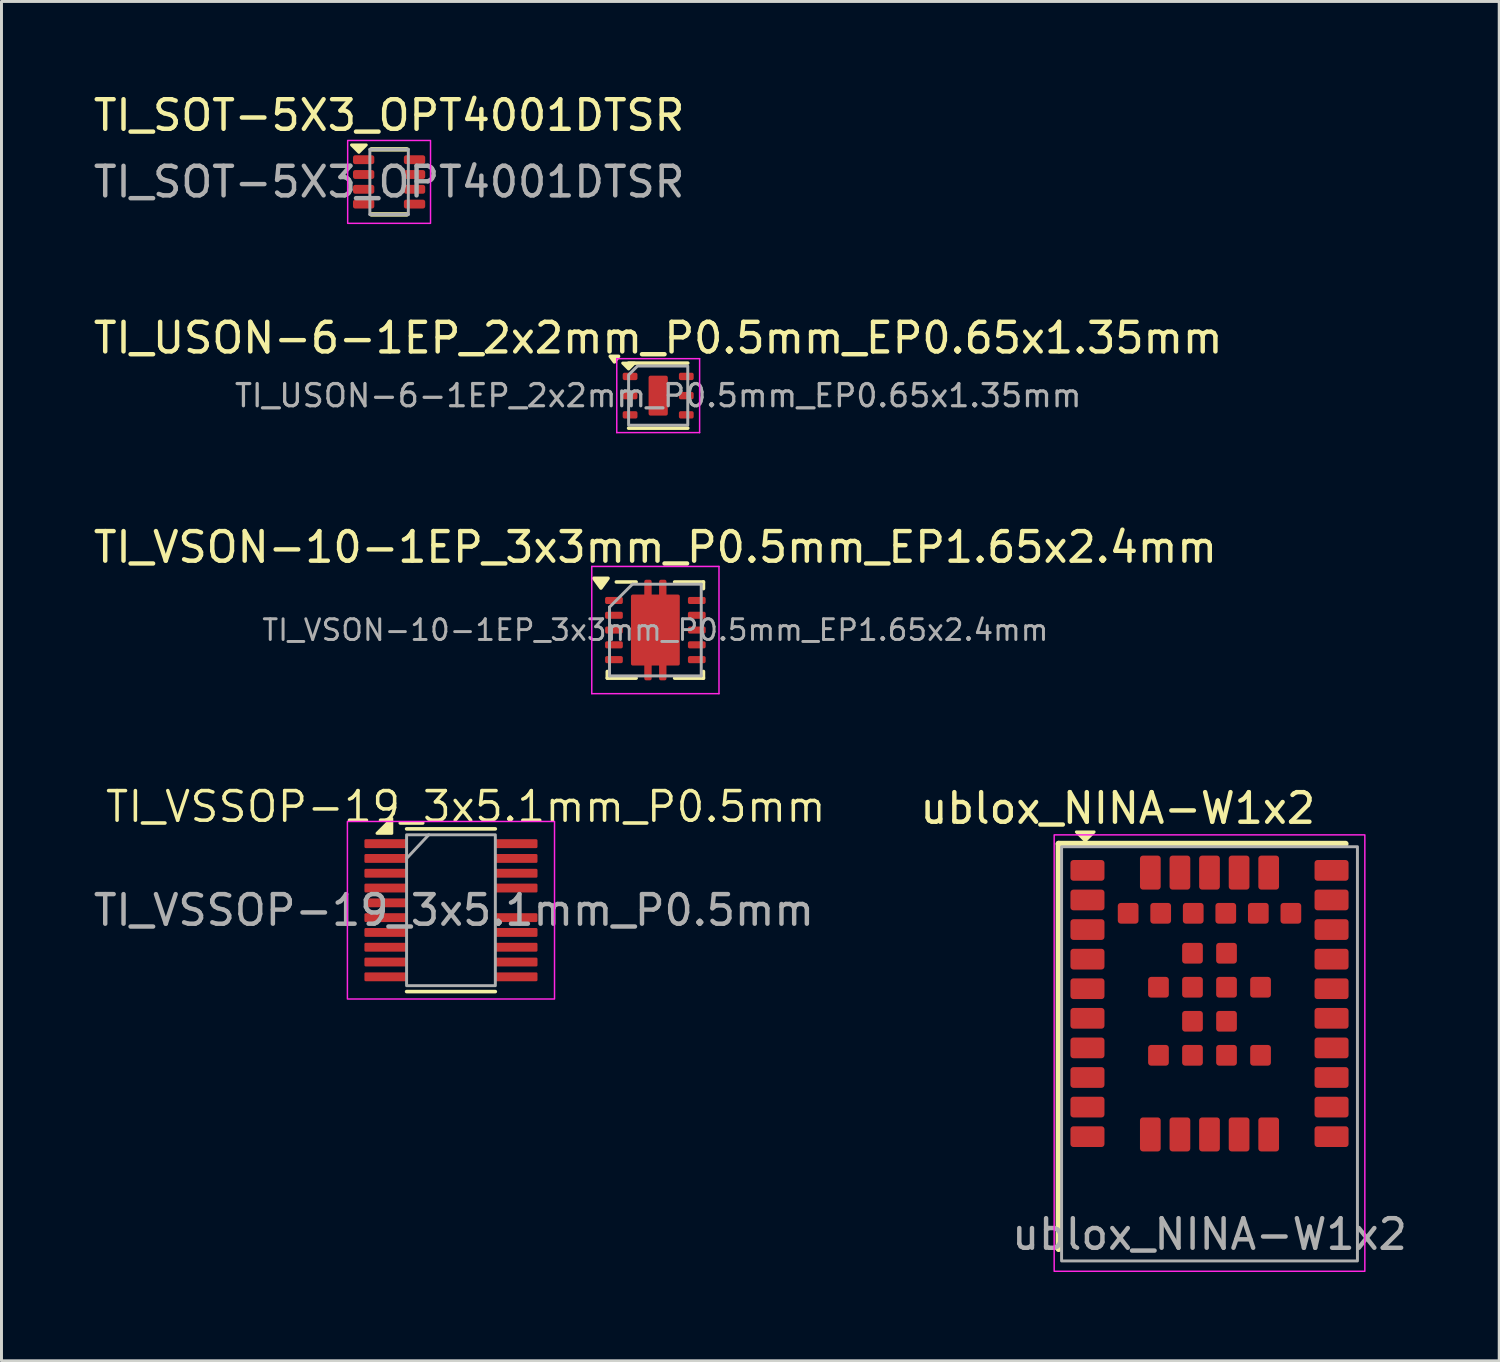
<source format=kicad_pcb>
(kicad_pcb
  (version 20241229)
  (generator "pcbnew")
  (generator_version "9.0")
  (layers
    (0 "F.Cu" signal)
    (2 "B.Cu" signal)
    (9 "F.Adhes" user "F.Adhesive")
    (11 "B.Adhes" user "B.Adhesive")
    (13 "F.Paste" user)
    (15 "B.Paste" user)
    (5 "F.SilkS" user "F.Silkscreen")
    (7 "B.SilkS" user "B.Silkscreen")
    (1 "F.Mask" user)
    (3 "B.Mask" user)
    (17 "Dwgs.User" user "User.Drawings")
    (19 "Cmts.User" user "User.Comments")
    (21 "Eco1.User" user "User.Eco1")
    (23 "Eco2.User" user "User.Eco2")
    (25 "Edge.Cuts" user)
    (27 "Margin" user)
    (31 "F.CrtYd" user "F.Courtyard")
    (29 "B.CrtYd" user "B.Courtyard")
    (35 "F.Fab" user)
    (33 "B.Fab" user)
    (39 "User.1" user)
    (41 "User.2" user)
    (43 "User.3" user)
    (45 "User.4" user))
  (footprint "TI_USON-6-1EP_2x2mm_P0.5mm_EP0.65x1.35mm"
    (layer "F.Cu")
    (at 19.196 10.322)
    (property "Reference" "TI_USON-6-1EP_2x2mm_P0.5mm_EP0.65x1.35mm" (at 0 -1.95 0) (layer "F.SilkS") (effects (font (size 1 1) (thickness 0.15))))
    (attr smd)
    (fp_line (start -1 -1.1) (end 1 -1.1) (stroke (width 0.12) (type solid)) (layer "F.SilkS"))
    (fp_line (start 1 1.1) (end -1 1.1) (stroke (width 0.12) (type solid)) (layer "F.SilkS"))
    (fp_poly (pts (xy -1.48 -1.14) (xy -1.62 -1.33) (xy -1.34 -1.33)) (stroke (width 0.12) (type solid)) (fill yes) (layer "F.SilkS"))
    (fp_poly (pts (xy -0.8 -1.1) (xy -1 -0.9) (xy -1.2 -1.1)) (stroke (width 0.1) (type solid)) (fill yes) (layer "F.SilkS"))
    (fp_line (start -1.4 -1.25) (end 1.4 -1.25) (stroke (width 0.05) (type solid)) (layer "F.CrtYd"))
    (fp_line (start -1.4 1.25) (end -1.4 -1.25) (stroke (width 0.05) (type solid)) (layer "F.CrtYd"))
    (fp_line (start 1.4 -1.25) (end 1.4 1.25) (stroke (width 0.05) (type solid)) (layer "F.CrtYd"))
    (fp_line (start 1.4 1.25) (end -1.4 1.25) (stroke (width 0.05) (type solid)) (layer "F.CrtYd"))
    (fp_poly (pts (xy -1 -0.7) (xy -1 1) (xy 1 1) (xy 1 -1) (xy -0.7 -1)) (stroke (width 0.1) (type solid)) (fill no) (layer "F.Fab"))
    (fp_text user "${REFERENCE}" (at 0 0 0) (layer "F.Fab") (effects (font (size 0.75 0.75) (thickness 0.11))))
    (pad "" smd roundrect (at 0 0) (size 0.62 1.25) (layers "F.Paste") (roundrect_rratio 0.25))
    (pad "1" smd roundrect (at -0.95 -0.65) (size 0.5 0.25) (layers "F.Cu" "F.Mask" "F.Paste") (roundrect_rratio 0.25))
    (pad "2" smd roundrect (at -0.95 0) (size 0.5 0.25) (layers "F.Cu" "F.Mask" "F.Paste") (roundrect_rratio 0.25))
    (pad "3" smd roundrect (at -0.95 0.65) (size 0.5 0.25) (layers "F.Cu" "F.Mask" "F.Paste") (roundrect_rratio 0.25))
    (pad "4" smd roundrect (at 0.95 0.65) (size 0.5 0.25) (layers "F.Cu" "F.Mask" "F.Paste") (roundrect_rratio 0.25))
    (pad "5" smd roundrect (at 0.95 0) (size 0.5 0.25) (layers "F.Cu" "F.Mask" "F.Paste") (roundrect_rratio 0.25))
    (pad "6" smd roundrect (at 0.95 -0.65) (size 0.5 0.25) (layers "F.Cu" "F.Mask" "F.Paste") (roundrect_rratio 0.25))
    (pad "7" smd roundrect (at 0 0) (size 0.65 1.35) (property pad_prop_heatsink) (layers "F.Cu" "F.Mask") (roundrect_rratio 0.1)))
  (footprint "TI_SOT-5X3_OPT4001DTSR"
    (layer "F.Cu")
    (at 10.101 3.098)
    (property "Reference" "TI_SOT-5X3_OPT4001DTSR" (at 0 -2.25 0) (unlocked yes) (layer "F.SilkS") (effects (font (size 1 1) (thickness 0.15))))
    (attr smd)
    (fp_line (start -0.6 -1.1) (end 0.6 -1.1) (stroke (width 0.15) (type solid)) (layer "F.SilkS"))
    (fp_line (start -0.6 1.1) (end 0.6 1.1) (stroke (width 0.15) (type solid)) (layer "F.SilkS"))
    (fp_poly (pts (xy -0.771 -1.25) (xy -1.021 -1) (xy -1.271 -1.25)) (stroke (width 0.1) (type solid)) (fill yes) (layer "F.SilkS"))
    (fp_rect (start -1.4 -1.4) (end 1.4 1.4) (stroke (width 0.05) (type default)) (fill no) (layer "F.CrtYd"))
    (fp_line (start -0.65 -1.1) (end 0.65 -1.1) (stroke (width 0.1) (type solid)) (layer "F.Fab"))
    (fp_line (start -0.65 1.1) (end -0.65 -1.1) (stroke (width 0.1) (type solid)) (layer "F.Fab"))
    (fp_line (start -0.65 1.1) (end 0.65 1.1) (stroke (width 0.1) (type solid)) (layer "F.Fab"))
    (fp_line (start 0.65 1.1) (end 0.65 -1.1) (stroke (width 0.1) (type solid)) (layer "F.Fab"))
    (fp_text user "${REFERENCE}" (at 0 0 0) (unlocked yes) (layer "F.Fab") (effects (font (size 1 1) (thickness 0.15))))
    (pad "1" smd roundrect (at -0.86 -0.75) (size 0.72 0.3) (layers "F.Cu" "F.Mask" "F.Paste") (roundrect_rratio 0.25))
    (pad "2" smd roundrect (at -0.86 -0.25) (size 0.72 0.3) (layers "F.Cu" "F.Mask" "F.Paste") (roundrect_rratio 0.25))
    (pad "3" smd roundrect (at -0.86 0.25) (size 0.72 0.3) (layers "F.Cu" "F.Mask" "F.Paste") (roundrect_rratio 0.25))
    (pad "4" smd roundrect (at -0.86 0.75) (size 0.72 0.3) (layers "F.Cu" "F.Mask" "F.Paste") (roundrect_rratio 0.25))
    (pad "5" smd roundrect (at 0.86 0.75) (size 0.72 0.3) (layers "F.Cu" "F.Mask" "F.Paste") (roundrect_rratio 0.25))
    (pad "6" smd roundrect (at 0.86 0.25) (size 0.72 0.3) (layers "F.Cu" "F.Mask" "F.Paste") (roundrect_rratio 0.25))
    (pad "7" smd roundrect (at 0.86 -0.25) (size 0.72 0.3) (layers "F.Cu" "F.Mask" "F.Paste") (roundrect_rratio 0.25))
    (pad "8" smd roundrect (at 0.86 -0.75) (size 0.72 0.3) (layers "F.Cu" "F.Mask" "F.Paste") (roundrect_rratio 0.25)))
  (footprint "TI_VSON-10-1EP_3x3mm_P0.5mm_EP1.65x2.4mm"
    (layer "F.Cu")
    (at 19.101 18.245)
    (property "Reference" "TI_VSON-10-1EP_3x3mm_P0.5mm_EP1.65x2.4mm" (at 0 -2.8 0) (layer "F.SilkS") (effects (font (size 1 1) (thickness 0.15))))
    (attr smd)
    (fp_line (start -1.625 1.625) (end -1.625 1.4) (stroke (width 0.12) (type solid)) (layer "F.SilkS"))
    (fp_line (start -1.625 1.625) (end -0.65 1.625) (stroke (width 0.12) (type solid)) (layer "F.SilkS"))
    (fp_line (start -1.32 -1.625) (end -0.65 -1.625) (stroke (width 0.12) (type solid)) (layer "F.SilkS"))
    (fp_line (start 0.65 -1.625) (end 1.625 -1.625) (stroke (width 0.12) (type solid)) (layer "F.SilkS"))
    (fp_line (start 0.65 1.625) (end 1.625 1.625) (stroke (width 0.12) (type solid)) (layer "F.SilkS"))
    (fp_line (start 1.625 -1.4) (end 1.625 -1.625) (stroke (width 0.12) (type solid)) (layer "F.SilkS"))
    (fp_line (start 1.625 1.4) (end 1.625 1.625) (stroke (width 0.12) (type solid)) (layer "F.SilkS"))
    (fp_poly (pts (xy -1.84 -1.42) (xy -2.08 -1.75) (xy -1.6 -1.75) (xy -1.84 -1.42)) (stroke (width 0.12) (type solid)) (fill yes) (layer "F.SilkS"))
    (fp_rect (start -0.75 -0.15) (end -0.15 -1.15) (stroke (width 0.05) (type solid)) (fill yes) (layer "F.Paste"))
    (fp_rect (start -0.75 1.15) (end -0.15 0.15) (stroke (width 0.05) (type solid)) (fill yes) (layer "F.Paste"))
    (fp_rect (start -0.35 -1.35) (end -0.15 -1.65) (stroke (width 0.05) (type solid)) (fill yes) (layer "F.Paste"))
    (fp_rect (start -0.35 1.65) (end -0.15 1.35) (stroke (width 0.05) (type solid)) (fill yes) (layer "F.Paste"))
    (fp_rect (start 0.15 -1.35) (end 0.35 -1.65) (stroke (width 0.05) (type solid)) (fill yes) (layer "F.Paste"))
    (fp_rect (start 0.15 -0.15) (end 0.75 -1.15) (stroke (width 0.05) (type solid)) (fill yes) (layer "F.Paste"))
    (fp_rect (start 0.15 1.15) (end 0.75 0.15) (stroke (width 0.05) (type solid)) (fill yes) (layer "F.Paste"))
    (fp_rect (start 0.15 1.65) (end 0.35 1.35) (stroke (width 0.05) (type solid)) (fill yes) (layer "F.Paste"))
    (fp_line (start -2.15 -2.15) (end -2.15 2.15) (stroke (width 0.05) (type solid)) (layer "F.CrtYd"))
    (fp_line (start -2.15 -2.15) (end 2.15 -2.15) (stroke (width 0.05) (type solid)) (layer "F.CrtYd"))
    (fp_line (start -2.15 2.15) (end 2.15 2.15) (stroke (width 0.05) (type solid)) (layer "F.CrtYd"))
    (fp_line (start 2.15 -2.15) (end 2.15 2.15) (stroke (width 0.05) (type solid)) (layer "F.CrtYd"))
    (fp_line (start -1.55 1.55) (end -1.55 -0.775) (stroke (width 0.1) (type solid)) (layer "F.Fab"))
    (fp_line (start -0.775 -1.55) (end -1.55 -0.775) (stroke (width 0.1) (type solid)) (layer "F.Fab"))
    (fp_line (start -0.775 -1.55) (end 1.55 -1.55) (stroke (width 0.1) (type solid)) (layer "F.Fab"))
    (fp_line (start 1.55 -1.55) (end 1.55 1.55) (stroke (width 0.1) (type solid)) (layer "F.Fab"))
    (fp_line (start 1.55 1.55) (end -1.55 1.55) (stroke (width 0.1) (type solid)) (layer "F.Fab"))
    (fp_text user "${REFERENCE}" (at 0 0 0) (layer "F.Fab") (effects (font (size 0.7 0.7) (thickness 0.1))))
    (pad "1" smd roundrect (at -1.4 -1) (size 0.6 0.24) (layers "F.Cu" "F.Mask" "F.Paste") (roundrect_rratio 0.25))
    (pad "2" smd roundrect (at -1.4 -0.5) (size 0.6 0.24) (layers "F.Cu" "F.Mask" "F.Paste") (roundrect_rratio 0.25))
    (pad "3" smd roundrect (at -1.4 0) (size 0.6 0.24) (layers "F.Cu" "F.Mask" "F.Paste") (roundrect_rratio 0.25))
    (pad "4" smd roundrect (at -1.4 0.5) (size 0.6 0.24) (layers "F.Cu" "F.Mask" "F.Paste") (roundrect_rratio 0.25))
    (pad "5" smd roundrect (at -1.4 1) (size 0.6 0.24) (layers "F.Cu" "F.Mask" "F.Paste") (roundrect_rratio 0.25))
    (pad "6" smd roundrect (at 1.4 1) (size 0.6 0.24) (layers "F.Cu" "F.Mask" "F.Paste") (roundrect_rratio 0.25))
    (pad "7" smd roundrect (at 1.4 0.5) (size 0.6 0.24) (layers "F.Cu" "F.Mask" "F.Paste") (roundrect_rratio 0.25))
    (pad "8" smd roundrect (at 1.4 0) (size 0.6 0.24) (layers "F.Cu" "F.Mask" "F.Paste") (roundrect_rratio 0.25))
    (pad "9" smd roundrect (at 1.4 -0.5) (size 0.6 0.24) (layers "F.Cu" "F.Mask" "F.Paste") (roundrect_rratio 0.25))
    (pad "10" smd roundrect (at 1.4 -1) (size 0.6 0.24) (layers "F.Cu" "F.Mask" "F.Paste") (roundrect_rratio 0.25))
    (pad "11" smd roundrect (at -0.25 -1.4) (size 0.25 0.6) (layers "F.Cu" "F.Mask") (roundrect_rratio 0.25))
    (pad "11" smd roundrect (at -0.25 1.4) (size 0.25 0.6) (layers "F.Cu" "F.Mask") (roundrect_rratio 0.25))
    (pad "11" smd roundrect (at 0 0) (size 1.65 2.4) (layers "F.Cu" "F.Mask") (roundrect_rratio 0.036))
    (pad "11" smd roundrect (at 0.25 -1.4) (size 0.25 0.6) (layers "F.Cu" "F.Mask") (roundrect_rratio 0.25))
    (pad "11" smd roundrect (at 0.25 1.4) (size 0.25 0.6) (layers "F.Cu" "F.Mask") (roundrect_rratio 0.25)))
  (footprint "ublox_NINA-W1x2"
    (layer "F.Cu")
    (at 37.83 36.168)
    (property "Reference" "ublox_NINA-W1x2" (at -3.1 -11.9 0) (unlocked yes) (layer "F.SilkS") (effects (font (size 1 1) (thickness 0.15))))
    (attr smd)
    (fp_line (start -5.1 -10.7) (end 4.6 -10.7) (stroke (width 0.2) (type default)) (layer "F.SilkS"))
    (fp_line (start -5.1 3) (end -5.1 -10.7) (stroke (width 0.2) (type default)) (layer "F.SilkS"))
    (fp_poly (pts (xy -4.2 -10.8) (xy -4.5 -11.1) (xy -3.9 -11.1)) (stroke (width 0.1) (type solid)) (fill yes) (layer "F.SilkS"))
    (fp_rect (start -5.25 -11) (end 5.25 3.75) (stroke (width 0.05) (type default)) (fill no) (layer "F.CrtYd"))
    (fp_rect (start -5 3.4) (end 5 -10.6) (stroke (width 0.1) (type solid)) (fill no) (layer "F.Fab"))
    (fp_text user "${REFERENCE}" (at 0 2.5 0) (unlocked yes) (layer "F.Fab") (effects (font (size 1 1) (thickness 0.15))))
    (pad "1" smd roundrect (at -4.125 -9.8) (size 1.15 0.7) (layers "F.Cu" "F.Mask" "F.Paste") (roundrect_rratio 0.143))
    (pad "2" smd roundrect (at -4.125 -8.8) (size 1.15 0.7) (layers "F.Cu" "F.Mask" "F.Paste") (roundrect_rratio 0.143))
    (pad "3" smd roundrect (at -4.125 -7.8) (size 1.15 0.7) (layers "F.Cu" "F.Mask" "F.Paste") (roundrect_rratio 0.143))
    (pad "4" smd roundrect (at -4.125 -6.8) (size 1.15 0.7) (layers "F.Cu" "F.Mask" "F.Paste") (roundrect_rratio 0.143))
    (pad "5" smd roundrect (at -4.125 -5.8) (size 1.15 0.7) (layers "F.Cu" "F.Mask" "F.Paste") (roundrect_rratio 0.143))
    (pad "6" smd roundrect (at -4.125 -4.8) (size 1.15 0.7) (layers "F.Cu" "F.Mask" "F.Paste") (roundrect_rratio 0.143))
    (pad "7" smd roundrect (at -4.125 -3.8) (size 1.15 0.7) (layers "F.Cu" "F.Mask" "F.Paste") (roundrect_rratio 0.143))
    (pad "8" smd roundrect (at -4.125 -2.8) (size 1.15 0.7) (layers "F.Cu" "F.Mask" "F.Paste") (roundrect_rratio 0.143))
    (pad "9" smd roundrect (at -4.125 -1.8) (size 1.15 0.7) (layers "F.Cu" "F.Mask" "F.Paste") (roundrect_rratio 0.143))
    (pad "10" smd roundrect (at -4.125 -0.8) (size 1.15 0.7) (layers "F.Cu" "F.Mask" "F.Paste") (roundrect_rratio 0.143))
    (pad "11" smd roundrect (at -2 -0.875 90) (size 1.15 0.7) (layers "F.Cu" "F.Mask" "F.Paste") (roundrect_rratio 0.143))
    (pad "12" smd roundrect (at -1 -0.875 90) (size 1.15 0.7) (layers "F.Cu" "F.Mask" "F.Paste") (roundrect_rratio 0.143))
    (pad "13" smd roundrect (at 0 -0.875 90) (size 1.15 0.7) (layers "F.Cu" "F.Mask" "F.Paste") (roundrect_rratio 0.143))
    (pad "14" smd roundrect (at 1 -0.875 90) (size 1.15 0.7) (layers "F.Cu" "F.Mask" "F.Paste") (roundrect_rratio 0.143))
    (pad "15" smd roundrect (at 2 -0.875 90) (size 1.15 0.7) (layers "F.Cu" "F.Mask" "F.Paste") (roundrect_rratio 0.143))
    (pad "16" smd roundrect (at 4.125 -0.8) (size 1.15 0.7) (layers "F.Cu" "F.Mask" "F.Paste") (roundrect_rratio 0.143))
    (pad "17" smd roundrect (at 4.125 -1.8) (size 1.15 0.7) (layers "F.Cu" "F.Mask" "F.Paste") (roundrect_rratio 0.143))
    (pad "18" smd roundrect (at 4.125 -2.8) (size 1.15 0.7) (layers "F.Cu" "F.Mask" "F.Paste") (roundrect_rratio 0.143))
    (pad "19" smd roundrect (at 4.125 -3.8) (size 1.15 0.7) (layers "F.Cu" "F.Mask" "F.Paste") (roundrect_rratio 0.143))
    (pad "20" smd roundrect (at 4.125 -4.8) (size 1.15 0.7) (layers "F.Cu" "F.Mask" "F.Paste") (roundrect_rratio 0.143))
    (pad "21" smd roundrect (at 4.125 -5.8) (size 1.15 0.7) (layers "F.Cu" "F.Mask" "F.Paste") (roundrect_rratio 0.143))
    (pad "22" smd roundrect (at 4.125 -6.8) (size 1.15 0.7) (layers "F.Cu" "F.Mask" "F.Paste") (roundrect_rratio 0.143))
    (pad "23" smd roundrect (at 4.125 -7.8) (size 1.15 0.7) (layers "F.Cu" "F.Mask" "F.Paste") (roundrect_rratio 0.143))
    (pad "24" smd roundrect (at 4.125 -8.8) (size 1.15 0.7) (layers "F.Cu" "F.Mask" "F.Paste") (roundrect_rratio 0.143))
    (pad "25" smd roundrect (at 4.125 -9.8) (size 1.15 0.7) (layers "F.Cu" "F.Mask" "F.Paste") (roundrect_rratio 0.143))
    (pad "26" smd roundrect (at 2 -9.725 90) (size 1.15 0.7) (layers "F.Cu" "F.Mask" "F.Paste") (roundrect_rratio 0.143))
    (pad "27" smd roundrect (at 1 -9.725 90) (size 1.15 0.7) (layers "F.Cu" "F.Mask" "F.Paste") (roundrect_rratio 0.143))
    (pad "28" smd roundrect (at 0 -9.725 90) (size 1.15 0.7) (layers "F.Cu" "F.Mask" "F.Paste") (roundrect_rratio 0.143))
    (pad "29" smd roundrect (at -1 -9.725 90) (size 1.15 0.7) (layers "F.Cu" "F.Mask" "F.Paste") (roundrect_rratio 0.143))
    (pad "30" smd roundrect (at -2 -9.725 90) (size 1.15 0.7) (layers "F.Cu" "F.Mask" "F.Paste") (roundrect_rratio 0.143))
    (pad "31" smd roundrect (at -2.75 -8.35) (size 0.7 0.7) (layers "F.Cu" "F.Mask" "F.Paste") (roundrect_rratio 0.143))
    (pad "32" smd roundrect (at -1.65 -8.35) (size 0.7 0.7) (layers "F.Cu" "F.Mask" "F.Paste") (roundrect_rratio 0.143))
    (pad "33" smd roundrect (at -0.55 -8.35) (size 0.7 0.7) (layers "F.Cu" "F.Mask" "F.Paste") (roundrect_rratio 0.143))
    (pad "34" smd roundrect (at 0.55 -8.35) (size 0.7 0.7) (layers "F.Cu" "F.Mask" "F.Paste") (roundrect_rratio 0.143))
    (pad "35" smd roundrect (at 1.65 -8.35) (size 0.7 0.7) (layers "F.Cu" "F.Mask" "F.Paste") (roundrect_rratio 0.143))
    (pad "36" smd roundrect (at 2.75 -8.35) (size 0.7 0.7) (layers "F.Cu" "F.Mask" "F.Paste") (roundrect_rratio 0.143))
    (pad "37" smd roundrect (at -1.725 -5.85) (size 0.7 0.7) (layers "F.Cu" "F.Mask" "F.Paste") (roundrect_rratio 0.143))
    (pad "37" smd roundrect (at -1.725 -3.55) (size 0.7 0.7) (layers "F.Cu" "F.Mask" "F.Paste") (roundrect_rratio 0.143))
    (pad "37" smd roundrect (at -0.575 -7) (size 0.7 0.7) (layers "F.Cu" "F.Mask" "F.Paste") (roundrect_rratio 0.143))
    (pad "37" smd roundrect (at -0.575 -5.85) (size 0.7 0.7) (layers "F.Cu" "F.Mask" "F.Paste") (roundrect_rratio 0.143))
    (pad "37" smd roundrect (at -0.575 -4.7) (size 0.7 0.7) (layers "F.Cu" "F.Mask" "F.Paste") (roundrect_rratio 0.143))
    (pad "37" smd roundrect (at -0.575 -3.55) (size 0.7 0.7) (layers "F.Cu" "F.Mask" "F.Paste") (roundrect_rratio 0.143))
    (pad "37" smd roundrect (at 0.575 -7) (size 0.7 0.7) (layers "F.Cu" "F.Mask" "F.Paste") (roundrect_rratio 0.143))
    (pad "37" smd roundrect (at 0.575 -5.85) (size 0.7 0.7) (layers "F.Cu" "F.Mask" "F.Paste") (roundrect_rratio 0.143))
    (pad "37" smd roundrect (at 0.575 -4.7) (size 0.7 0.7) (layers "F.Cu" "F.Mask" "F.Paste") (roundrect_rratio 0.143))
    (pad "37" smd roundrect (at 0.575 -3.55) (size 0.7 0.7) (layers "F.Cu" "F.Mask" "F.Paste") (roundrect_rratio 0.143))
    (pad "37" smd roundrect (at 1.725 -5.85) (size 0.7 0.7) (layers "F.Cu" "F.Mask" "F.Paste") (roundrect_rratio 0.143))
    (pad "37" smd roundrect (at 1.725 -3.55) (size 0.7 0.7) (layers "F.Cu" "F.Mask" "F.Paste") (roundrect_rratio 0.143)))
  (footprint "TI_VSSOP-19_3x5.1mm_P0.5mm"
    (layer "F.Cu")
    (at 12.192 27.715)
    (property "Reference" "TI_VSSOP-19_3x5.1mm_P0.5mm" (at 0.5 -3.5 0) (unlocked yes) (layer "F.SilkS") (effects (font (size 1 1) (thickness 0.12))))
    (attr smd)
    (fp_line (start -1.5 -2.75) (end 1.5 -2.75) (stroke (width 0.12) (type default)) (layer "F.SilkS"))
    (fp_line (start -1.5 2.75) (end 1.5 2.75) (stroke (width 0.12) (type default)) (layer "F.SilkS"))
    (fp_poly (pts (xy -2 -3.1) (xy -2 -2.6) (xy -2.5 -2.6)) (stroke (width 0.1) (type solid)) (fill yes) (layer "F.SilkS"))
    (fp_rect (start -3.5 -3) (end 3.5 3) (stroke (width 0.05) (type default)) (fill no) (layer "F.CrtYd"))
    (fp_line (start -1.5 -1.75) (end -0.75 -2.55) (stroke (width 0.1) (type default)) (layer "F.Fab"))
    (fp_rect (start -1.5 2.55) (end 1.5 -2.55) (stroke (width 0.1) (type solid)) (fill no) (layer "F.Fab"))
    (fp_text user "${REFERENCE}" (at 0.1 0 0) (unlocked yes) (layer "F.Fab") (effects (font (size 1 1) (thickness 0.15))))
    (pad "1" smd roundrect (at -2.2 -2.25) (size 1.45 0.3) (layers "F.Cu" "F.Mask" "F.Paste") (roundrect_rratio 0.15))
    (pad "2" smd roundrect (at -2.2 -1.75) (size 1.45 0.3) (layers "F.Cu" "F.Mask" "F.Paste") (roundrect_rratio 0.15))
    (pad "3" smd roundrect (at -2.2 -1.25) (size 1.45 0.3) (layers "F.Cu" "F.Mask" "F.Paste") (roundrect_rratio 0.15))
    (pad "4" smd roundrect (at -2.2 -0.75) (size 1.45 0.3) (layers "F.Cu" "F.Mask" "F.Paste") (roundrect_rratio 0.15))
    (pad "5" smd roundrect (at -2.2 -0.25) (size 1.45 0.3) (layers "F.Cu" "F.Mask" "F.Paste") (roundrect_rratio 0.15))
    (pad "6" smd roundrect (at -2.2 0.25) (size 1.45 0.3) (layers "F.Cu" "F.Mask" "F.Paste") (roundrect_rratio 0.15))
    (pad "7" smd roundrect (at -2.2 0.75) (size 1.45 0.3) (layers "F.Cu" "F.Mask" "F.Paste") (roundrect_rratio 0.15))
    (pad "8" smd roundrect (at -2.2 1.25) (size 1.45 0.3) (layers "F.Cu" "F.Mask" "F.Paste") (roundrect_rratio 0.15))
    (pad "9" smd roundrect (at -2.2 1.75) (size 1.45 0.3) (layers "F.Cu" "F.Mask" "F.Paste") (roundrect_rratio 0.15))
    (pad "10" smd roundrect (at -2.2 2.25) (size 1.45 0.3) (layers "F.Cu" "F.Mask" "F.Paste") (roundrect_rratio 0.15))
    (pad "11" smd roundrect (at 2.2 2.25) (size 1.45 0.3) (layers "F.Cu" "F.Mask" "F.Paste") (roundrect_rratio 0.15))
    (pad "12" smd roundrect (at 2.2 1.75) (size 1.45 0.3) (layers "F.Cu" "F.Mask" "F.Paste") (roundrect_rratio 0.15))
    (pad "13" smd roundrect (at 2.2 1.25) (size 1.45 0.3) (layers "F.Cu" "F.Mask" "F.Paste") (roundrect_rratio 0.15))
    (pad "14" smd roundrect (at 2.2 0.75) (size 1.45 0.3) (layers "F.Cu" "F.Mask" "F.Paste") (roundrect_rratio 0.15))
    (pad "15" smd roundrect (at 2.2 0.25) (size 1.45 0.3) (layers "F.Cu" "F.Mask" "F.Paste") (roundrect_rratio 0.15))
    (pad "17" smd roundrect (at 2.2 -0.75) (size 1.45 0.3) (layers "F.Cu" "F.Mask" "F.Paste") (roundrect_rratio 0.15))
    (pad "18" smd roundrect (at 2.2 -1.25) (size 1.45 0.3) (layers "F.Cu" "F.Mask" "F.Paste") (roundrect_rratio 0.15))
    (pad "19" smd roundrect (at 2.2 -1.75) (size 1.45 0.3) (layers "F.Cu" "F.Mask" "F.Paste") (roundrect_rratio 0.15))
    (pad "20" smd roundrect (at 2.2 -2.25) (size 1.45 0.3) (layers "F.Cu" "F.Mask" "F.Paste") (roundrect_rratio 0.15)))
  (gr_rect
    (start -3 -3)
    (end 47.622 42.943)
    (stroke (width 0.1) (type default))
    (fill no)
    (layer "Edge.Cuts")))
</source>
